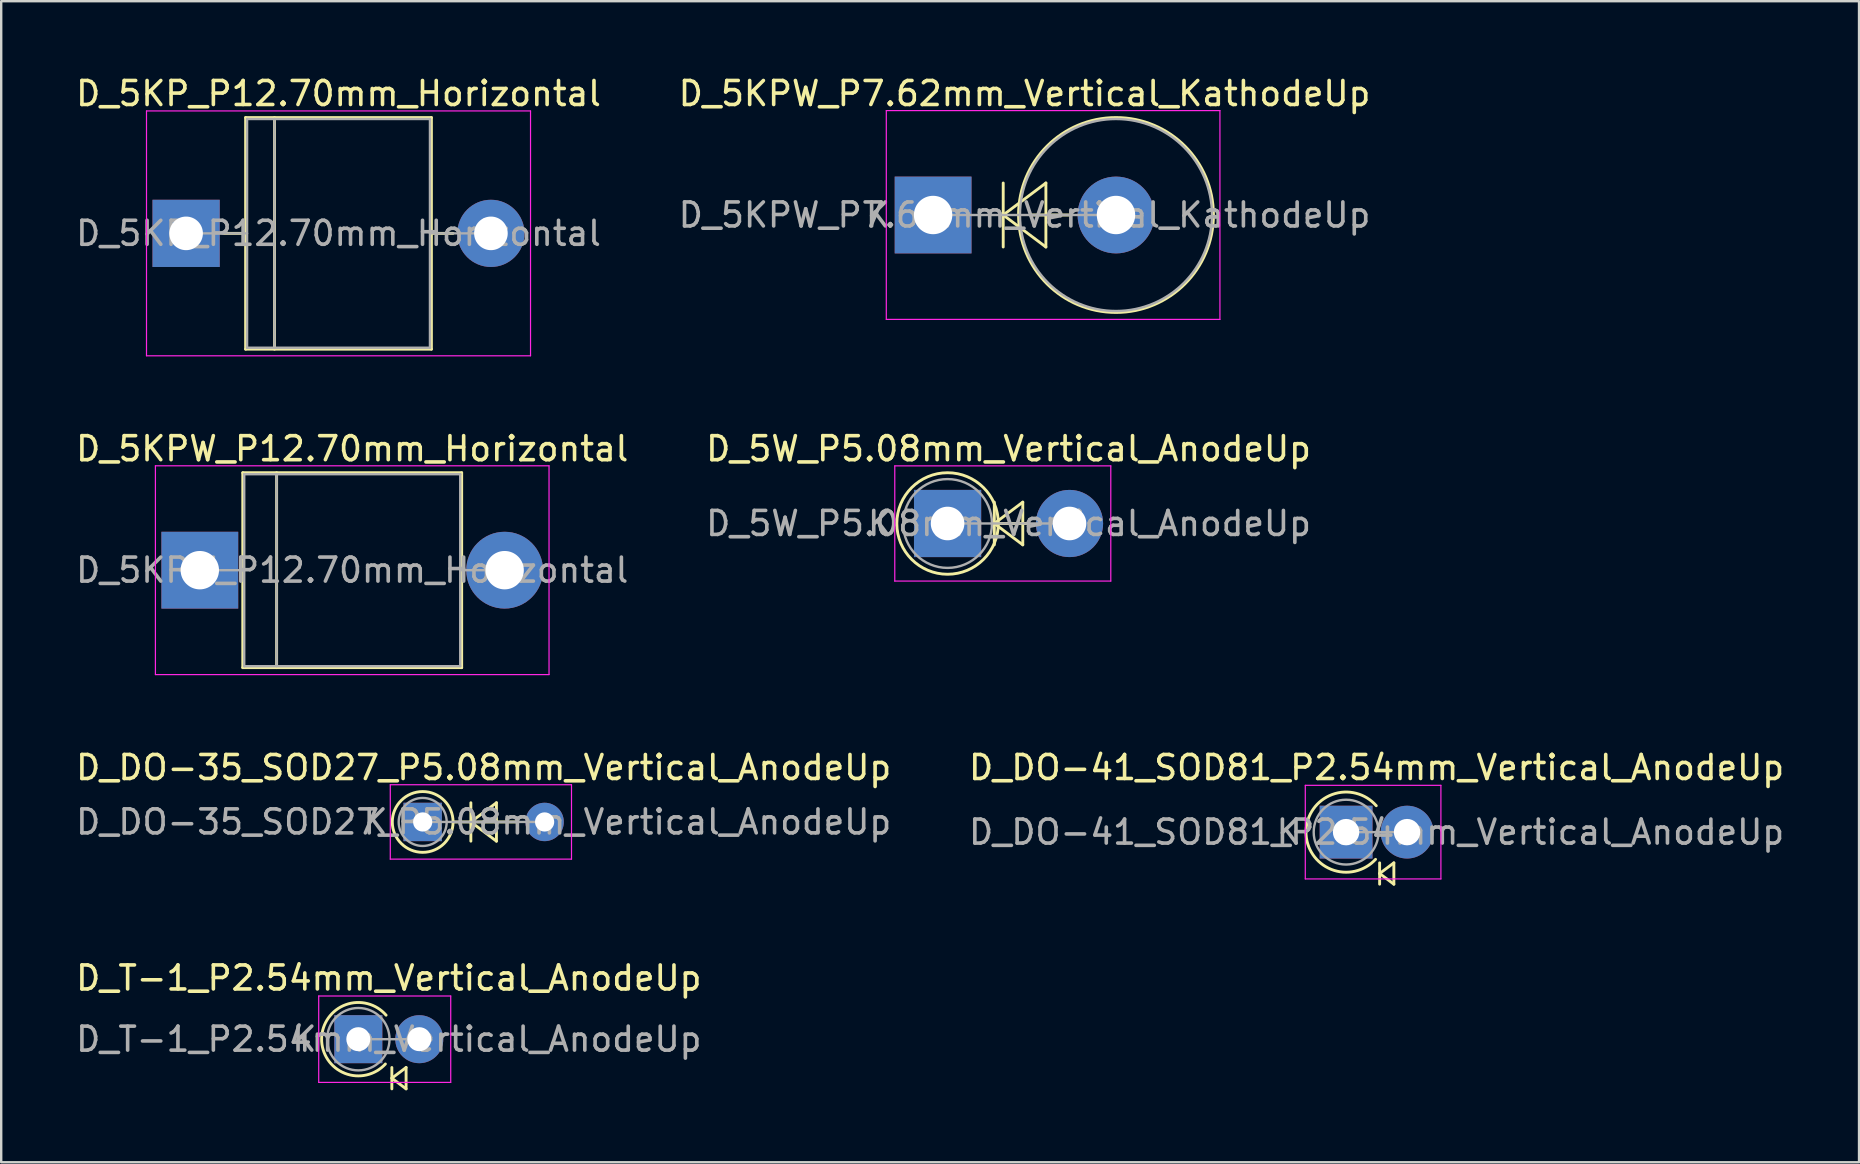
<source format=kicad_pcb>
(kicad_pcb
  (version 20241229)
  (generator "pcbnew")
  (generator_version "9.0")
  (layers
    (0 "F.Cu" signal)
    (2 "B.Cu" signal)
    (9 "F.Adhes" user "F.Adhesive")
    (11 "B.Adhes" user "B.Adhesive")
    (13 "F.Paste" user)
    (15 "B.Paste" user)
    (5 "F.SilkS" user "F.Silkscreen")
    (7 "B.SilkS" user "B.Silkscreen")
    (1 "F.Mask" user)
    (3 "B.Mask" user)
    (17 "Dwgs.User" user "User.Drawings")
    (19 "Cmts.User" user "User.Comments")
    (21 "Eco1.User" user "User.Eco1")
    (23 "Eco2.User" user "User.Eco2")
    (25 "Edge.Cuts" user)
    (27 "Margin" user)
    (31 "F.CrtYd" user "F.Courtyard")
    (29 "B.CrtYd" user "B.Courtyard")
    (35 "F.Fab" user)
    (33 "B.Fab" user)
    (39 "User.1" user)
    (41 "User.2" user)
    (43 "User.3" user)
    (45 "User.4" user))
  (footprint "D_5KPW_P7.62mm_Vertical_KathodeUp"
    (layer "F.Cu")
    (at 35.827 5.908)
    (property "Reference" "D_5KPW_P7.62mm_Vertical_KathodeUp" (at 3.81 -5.06 0) (layer "F.SilkS") (effects (font (size 1 1) (thickness 0.15))))
    (attr through_hole)
    (fp_line (start 2.921 -1.333) (end 2.921 1.333) (stroke (width 0.12) (type solid)) (layer "F.SilkS"))
    (fp_line (start 2.921 0) (end 4.699 -1.333) (stroke (width 0.12) (type solid)) (layer "F.SilkS"))
    (fp_line (start 4.06 0) (end 5.72 0) (stroke (width 0.12) (type solid)) (layer "F.SilkS"))
    (fp_line (start 4.699 -1.333) (end 4.699 1.333) (stroke (width 0.12) (type solid)) (layer "F.SilkS"))
    (fp_line (start 4.699 1.333) (end 2.921 0) (stroke (width 0.12) (type solid)) (layer "F.SilkS"))
    (fp_circle (center 7.62 0) (end 11.68 0) (stroke (width 0.12) (type solid)) (fill no) (layer "F.SilkS"))
    (fp_line (start -1.95 -4.35) (end -1.95 4.35) (stroke (width 0.05) (type solid)) (layer "F.CrtYd"))
    (fp_line (start -1.95 4.35) (end 11.95 4.35) (stroke (width 0.05) (type solid)) (layer "F.CrtYd"))
    (fp_line (start 11.95 -4.35) (end -1.95 -4.35) (stroke (width 0.05) (type solid)) (layer "F.CrtYd"))
    (fp_line (start 11.95 4.35) (end 11.95 -4.35) (stroke (width 0.05) (type solid)) (layer "F.CrtYd"))
    (fp_line (start 0 0) (end 7.62 0) (stroke (width 0.1) (type solid)) (layer "F.Fab"))
    (fp_circle (center 7.62 0) (end 11.62 0) (stroke (width 0.1) (type solid)) (fill no) (layer "F.Fab"))
    (fp_text user "K" (at -2.3 0 0) (layer "F.Fab") (effects (font (size 1 1) (thickness 0.15))))
    (fp_text user "${REFERENCE}" (at 3.81 0 0) (layer "F.Fab") (effects (font (size 1 1) (thickness 0.15))))
    (pad "1" thru_hole rect (at 0 0) (size 3.2 3.2) (drill 1.6) (layers "*.Cu" "*.Mask"))
    (pad "2" thru_hole oval (at 7.62 0) (size 3.2 3.2) (drill 1.6) (layers "*.Cu" "*.Mask")))
  (footprint "D_5KPW_P12.70mm_Horizontal"
    (layer "F.Cu")
    (at 5.275 20.706)
    (property "Reference" "D_5KPW_P12.70mm_Horizontal" (at 6.35 -5.06 0) (layer "F.SilkS") (effects (font (size 1 1) (thickness 0.15))))
    (attr through_hole)
    (fp_line (start 1.78 0) (end 1.79 0) (stroke (width 0.12) (type solid)) (layer "F.SilkS"))
    (fp_line (start 1.79 -4.06) (end 1.79 4.06) (stroke (width 0.12) (type solid)) (layer "F.SilkS"))
    (fp_line (start 1.79 4.06) (end 10.91 4.06) (stroke (width 0.12) (type solid)) (layer "F.SilkS"))
    (fp_line (start 3.2 -4.06) (end 3.2 4.06) (stroke (width 0.12) (type solid)) (layer "F.SilkS"))
    (fp_line (start 10.91 -4.06) (end 1.79 -4.06) (stroke (width 0.12) (type solid)) (layer "F.SilkS"))
    (fp_line (start 10.91 4.06) (end 10.91 -4.06) (stroke (width 0.12) (type solid)) (layer "F.SilkS"))
    (fp_line (start 10.92 0) (end 10.91 0) (stroke (width 0.12) (type solid)) (layer "F.SilkS"))
    (fp_line (start -1.85 -4.35) (end -1.85 4.35) (stroke (width 0.05) (type solid)) (layer "F.CrtYd"))
    (fp_line (start -1.85 4.35) (end 14.55 4.35) (stroke (width 0.05) (type solid)) (layer "F.CrtYd"))
    (fp_line (start 14.55 -4.35) (end -1.85 -4.35) (stroke (width 0.05) (type solid)) (layer "F.CrtYd"))
    (fp_line (start 14.55 4.35) (end 14.55 -4.35) (stroke (width 0.05) (type solid)) (layer "F.CrtYd"))
    (fp_line (start 0 0) (end 1.85 0) (stroke (width 0.1) (type solid)) (layer "F.Fab"))
    (fp_line (start 1.85 -4) (end 1.85 4) (stroke (width 0.1) (type solid)) (layer "F.Fab"))
    (fp_line (start 1.85 4) (end 10.85 4) (stroke (width 0.1) (type solid)) (layer "F.Fab"))
    (fp_line (start 3.2 -4) (end 3.2 4) (stroke (width 0.1) (type solid)) (layer "F.Fab"))
    (fp_line (start 10.85 -4) (end 1.85 -4) (stroke (width 0.1) (type solid)) (layer "F.Fab"))
    (fp_line (start 10.85 4) (end 10.85 -4) (stroke (width 0.1) (type solid)) (layer "F.Fab"))
    (fp_line (start 12.7 0) (end 10.85 0) (stroke (width 0.1) (type solid)) (layer "F.Fab"))
    (fp_text user "${REFERENCE}" (at 6.35 0 0) (layer "F.Fab") (effects (font (size 1 1) (thickness 0.15))))
    (pad "1" thru_hole rect (at 0 0) (size 3.2 3.2) (drill 1.6) (layers "*.Cu" "*.Mask"))
    (pad "2" thru_hole oval (at 12.7 0) (size 3.2 3.2) (drill 1.6) (layers "*.Cu" "*.Mask")))
  (footprint "D_DO-35_SOD27_P5.08mm_Vertical_AnodeUp"
    (layer "F.Cu")
    (at 14.561 31.196)
    (property "Reference" "D_DO-35_SOD27_P5.08mm_Vertical_AnodeUp" (at 2.54 -2.266 0) (layer "F.SilkS") (effects (font (size 1 1) (thickness 0.15))))
    (attr through_hole)
    (fp_line (start 1.266 0) (end 3.98 0) (stroke (width 0.12) (type solid)) (layer "F.SilkS"))
    (fp_line (start 2.007 -0.8) (end 2.007 0.8) (stroke (width 0.12) (type solid)) (layer "F.SilkS"))
    (fp_line (start 2.007 0) (end 3.073 -0.8) (stroke (width 0.12) (type solid)) (layer "F.SilkS"))
    (fp_line (start 3.073 -0.8) (end 3.073 0.8) (stroke (width 0.12) (type solid)) (layer "F.SilkS"))
    (fp_line (start 3.073 0.8) (end 2.007 0) (stroke (width 0.12) (type solid)) (layer "F.SilkS"))
    (fp_circle (center 0 0) (end 1.266 0) (stroke (width 0.12) (type solid)) (fill no) (layer "F.SilkS"))
    (fp_line (start -1.35 -1.55) (end -1.35 1.55) (stroke (width 0.05) (type solid)) (layer "F.CrtYd"))
    (fp_line (start -1.35 1.55) (end 6.2 1.55) (stroke (width 0.05) (type solid)) (layer "F.CrtYd"))
    (fp_line (start 6.2 -1.55) (end -1.35 -1.55) (stroke (width 0.05) (type solid)) (layer "F.CrtYd"))
    (fp_line (start 6.2 1.55) (end 6.2 -1.55) (stroke (width 0.05) (type solid)) (layer "F.CrtYd"))
    (fp_line (start 0 0) (end 5.08 0) (stroke (width 0.1) (type solid)) (layer "F.Fab"))
    (fp_circle (center 0 0) (end 1 0) (stroke (width 0.1) (type solid)) (fill no) (layer "F.Fab"))
    (fp_text user "${REFERENCE}" (at 2.54 0 0) (layer "F.Fab") (effects (font (size 1 1) (thickness 0.15))))
    (fp_text user "K" (at -1.966 0 0) (layer "F.Fab") (effects (font (size 1 1) (thickness 0.15))))
    (pad "1" thru_hole rect (at 0 0) (size 1.6 1.6) (drill 0.8) (layers "*.Cu" "*.Mask"))
    (pad "2" thru_hole oval (at 5.08 0) (size 1.6 1.6) (drill 0.8) (layers "*.Cu" "*.Mask")))
  (footprint "D_5KP_P12.70mm_Horizontal"
    (layer "F.Cu")
    (at 4.704 6.673)
    (property "Reference" "D_5KP_P12.70mm_Horizontal" (at 6.35 -5.825 0) (layer "F.SilkS") (effects (font (size 1 1) (thickness 0.15))))
    (attr through_hole)
    (fp_line (start 1.58 0) (end 2.48 0) (stroke (width 0.12) (type solid)) (layer "F.SilkS"))
    (fp_line (start 2.48 -4.825) (end 2.48 4.825) (stroke (width 0.12) (type solid)) (layer "F.SilkS"))
    (fp_line (start 2.48 4.825) (end 10.22 4.825) (stroke (width 0.12) (type solid)) (layer "F.SilkS"))
    (fp_line (start 3.683 -4.825) (end 3.683 4.825) (stroke (width 0.12) (type solid)) (layer "F.SilkS"))
    (fp_line (start 10.22 -4.825) (end 2.48 -4.825) (stroke (width 0.12) (type solid)) (layer "F.SilkS"))
    (fp_line (start 10.22 4.825) (end 10.22 -4.825) (stroke (width 0.12) (type solid)) (layer "F.SilkS"))
    (fp_line (start 11.12 0) (end 10.22 0) (stroke (width 0.12) (type solid)) (layer "F.SilkS"))
    (fp_line (start -1.65 -5.1) (end -1.65 5.1) (stroke (width 0.05) (type solid)) (layer "F.CrtYd"))
    (fp_line (start -1.65 5.1) (end 14.35 5.1) (stroke (width 0.05) (type solid)) (layer "F.CrtYd"))
    (fp_line (start 14.35 -5.1) (end -1.65 -5.1) (stroke (width 0.05) (type solid)) (layer "F.CrtYd"))
    (fp_line (start 14.35 5.1) (end 14.35 -5.1) (stroke (width 0.05) (type solid)) (layer "F.CrtYd"))
    (fp_line (start 0 0) (end 2.54 0) (stroke (width 0.1) (type solid)) (layer "F.Fab"))
    (fp_line (start 2.54 -4.765) (end 2.54 4.765) (stroke (width 0.1) (type solid)) (layer "F.Fab"))
    (fp_line (start 2.54 4.765) (end 10.16 4.765) (stroke (width 0.1) (type solid)) (layer "F.Fab"))
    (fp_line (start 3.683 -4.765) (end 3.683 4.765) (stroke (width 0.1) (type solid)) (layer "F.Fab"))
    (fp_line (start 10.16 -4.765) (end 2.54 -4.765) (stroke (width 0.1) (type solid)) (layer "F.Fab"))
    (fp_line (start 10.16 4.765) (end 10.16 -4.765) (stroke (width 0.1) (type solid)) (layer "F.Fab"))
    (fp_line (start 12.7 0) (end 10.16 0) (stroke (width 0.1) (type solid)) (layer "F.Fab"))
    (fp_text user "${REFERENCE}" (at 6.35 0 0) (layer "F.Fab") (effects (font (size 1 1) (thickness 0.15))))
    (pad "1" thru_hole rect (at 0 0) (size 2.8 2.8) (drill 1.4) (layers "*.Cu" "*.Mask"))
    (pad "2" thru_hole oval (at 12.7 0) (size 2.8 2.8) (drill 1.4) (layers "*.Cu" "*.Mask")))
  (footprint "D_T-1_P2.54mm_Vertical_AnodeUp"
    (layer "F.Cu")
    (at 11.879 40.247)
    (property "Reference" "D_T-1_P2.54mm_Vertical_AnodeUp" (at 1.27 -2.549 0) (layer "F.SilkS") (effects (font (size 1 1) (thickness 0.15))))
    (attr through_hole)
    (fp_line (start 1.397 1.18) (end 1.397 2.069) (stroke (width 0.12) (type solid)) (layer "F.SilkS"))
    (fp_line (start 1.397 1.625) (end 1.99 1.18) (stroke (width 0.12) (type solid)) (layer "F.SilkS"))
    (fp_line (start 1.99 1.18) (end 1.99 2.069) (stroke (width 0.12) (type solid)) (layer "F.SilkS"))
    (fp_line (start 1.99 2.069) (end 1.397 1.625) (stroke (width 0.12) (type solid)) (layer "F.SilkS"))
    (fp_arc (start 1.128185 1.032648) (mid -1.529276 -0.021846) (end 1.157222 -1) (stroke (width 0.12) (type solid)) (layer "F.SilkS"))
    (fp_line (start -1.65 -1.8) (end -1.65 1.8) (stroke (width 0.05) (type solid)) (layer "F.CrtYd"))
    (fp_line (start -1.65 1.8) (end 3.85 1.8) (stroke (width 0.05) (type solid)) (layer "F.CrtYd"))
    (fp_line (start 3.85 -1.8) (end -1.65 -1.8) (stroke (width 0.05) (type solid)) (layer "F.CrtYd"))
    (fp_line (start 3.85 1.8) (end 3.85 -1.8) (stroke (width 0.05) (type solid)) (layer "F.CrtYd"))
    (fp_line (start 0 0) (end 2.54 0) (stroke (width 0.1) (type solid)) (layer "F.Fab"))
    (fp_circle (center 0 0) (end 1.3 0) (stroke (width 0.1) (type solid)) (fill no) (layer "F.Fab"))
    (fp_text user "${REFERENCE}" (at 1.27 0 0) (layer "F.Fab") (effects (font (size 1 1) (thickness 0.15))))
    (fp_text user "K" (at -2.249 0 0) (layer "F.Fab") (effects (font (size 1 1) (thickness 0.15))))
    (pad "1" thru_hole rect (at 0 0) (size 2 2) (drill 1) (layers "*.Cu" "*.Mask"))
    (pad "2" thru_hole oval (at 2.54 0) (size 2 2) (drill 1) (layers "*.Cu" "*.Mask")))
  (footprint "D_5W_P5.08mm_Vertical_AnodeUp"
    (layer "F.Cu")
    (at 36.43 18.761)
    (property "Reference" "D_5W_P5.08mm_Vertical_AnodeUp" (at 2.54 -3.115 0) (layer "F.SilkS") (effects (font (size 1 1) (thickness 0.15))))
    (attr through_hole)
    (fp_line (start 1.947 -0.889) (end 1.947 0.889) (stroke (width 0.12) (type solid)) (layer "F.SilkS"))
    (fp_line (start 1.947 0) (end 3.133 -0.889) (stroke (width 0.12) (type solid)) (layer "F.SilkS"))
    (fp_line (start 2.115 0) (end 3.38 0) (stroke (width 0.12) (type solid)) (layer "F.SilkS"))
    (fp_line (start 3.133 -0.889) (end 3.133 0.889) (stroke (width 0.12) (type solid)) (layer "F.SilkS"))
    (fp_line (start 3.133 0.889) (end 1.947 0) (stroke (width 0.12) (type solid)) (layer "F.SilkS"))
    (fp_circle (center 0 0) (end 2.115 0) (stroke (width 0.12) (type solid)) (fill no) (layer "F.SilkS"))
    (fp_line (start -2.2 -2.4) (end -2.2 2.4) (stroke (width 0.05) (type solid)) (layer "F.CrtYd"))
    (fp_line (start -2.2 2.4) (end 6.8 2.4) (stroke (width 0.05) (type solid)) (layer "F.CrtYd"))
    (fp_line (start 6.8 -2.4) (end -2.2 -2.4) (stroke (width 0.05) (type solid)) (layer "F.CrtYd"))
    (fp_line (start 6.8 2.4) (end 6.8 -2.4) (stroke (width 0.05) (type solid)) (layer "F.CrtYd"))
    (fp_line (start 0 0) (end 5.08 0) (stroke (width 0.1) (type solid)) (layer "F.Fab"))
    (fp_circle (center 0 0) (end 1.85 0) (stroke (width 0.1) (type solid)) (fill no) (layer "F.Fab"))
    (fp_text user "${REFERENCE}" (at 2.54 0 0) (layer "F.Fab") (effects (font (size 1 1) (thickness 0.15))))
    (fp_text user "K" (at -2.815 0 0) (layer "F.Fab") (effects (font (size 1 1) (thickness 0.15))))
    (pad "1" thru_hole rect (at 0 0) (size 2.8 2.8) (drill 1.4) (layers "*.Cu" "*.Mask"))
    (pad "2" thru_hole oval (at 5.08 0) (size 2.8 2.8) (drill 1.4) (layers "*.Cu" "*.Mask")))
  (footprint "D_DO-41_SOD81_P2.54mm_Vertical_AnodeUp"
    (layer "F.Cu")
    (at 53.034 31.62)
    (property "Reference" "D_DO-41_SOD81_P2.54mm_Vertical_AnodeUp" (at 1.27 -2.691 0) (layer "F.SilkS") (effects (font (size 1 1) (thickness 0.15))))
    (attr through_hole)
    (fp_line (start 1.397 1.28) (end 1.397 2.169) (stroke (width 0.12) (type solid)) (layer "F.SilkS"))
    (fp_line (start 1.397 1.724) (end 1.99 1.28) (stroke (width 0.12) (type solid)) (layer "F.SilkS"))
    (fp_line (start 1.99 1.28) (end 1.99 2.169) (stroke (width 0.12) (type solid)) (layer "F.SilkS"))
    (fp_line (start 1.99 2.169) (end 1.397 1.724) (stroke (width 0.12) (type solid)) (layer "F.SilkS"))
    (fp_arc (start 1.227401 1.133505) (mid -1.670581 -0.022525) (end 1.257516 -1.1) (stroke (width 0.12) (type solid)) (layer "F.SilkS"))
    (fp_line (start -1.7 -1.95) (end -1.7 1.95) (stroke (width 0.05) (type solid)) (layer "F.CrtYd"))
    (fp_line (start -1.7 1.95) (end 3.95 1.95) (stroke (width 0.05) (type solid)) (layer "F.CrtYd"))
    (fp_line (start 3.95 -1.95) (end -1.7 -1.95) (stroke (width 0.05) (type solid)) (layer "F.CrtYd"))
    (fp_line (start 3.95 1.95) (end 3.95 -1.95) (stroke (width 0.05) (type solid)) (layer "F.CrtYd"))
    (fp_line (start 0 0) (end 2.54 0) (stroke (width 0.1) (type solid)) (layer "F.Fab"))
    (fp_circle (center 0 0) (end 1.35 0) (stroke (width 0.1) (type solid)) (fill no) (layer "F.Fab"))
    (fp_text user "K" (at -2.391 0 0) (layer "F.Fab") (effects (font (size 1 1) (thickness 0.15))))
    (fp_text user "${REFERENCE}" (at 1.27 0 0) (layer "F.Fab") (effects (font (size 1 1) (thickness 0.15))))
    (pad "1" thru_hole rect (at 0 0) (size 2.2 2.2) (drill 1.1) (layers "*.Cu" "*.Mask"))
    (pad "2" thru_hole oval (at 2.54 0) (size 2.2 2.2) (drill 1.1) (layers "*.Cu" "*.Mask")))
  (gr_rect
    (start -3 -3)
    (end 74.405 45.376)
    (stroke (width 0.1) (type default))
    (fill no)
    (layer "Edge.Cuts")))
</source>
